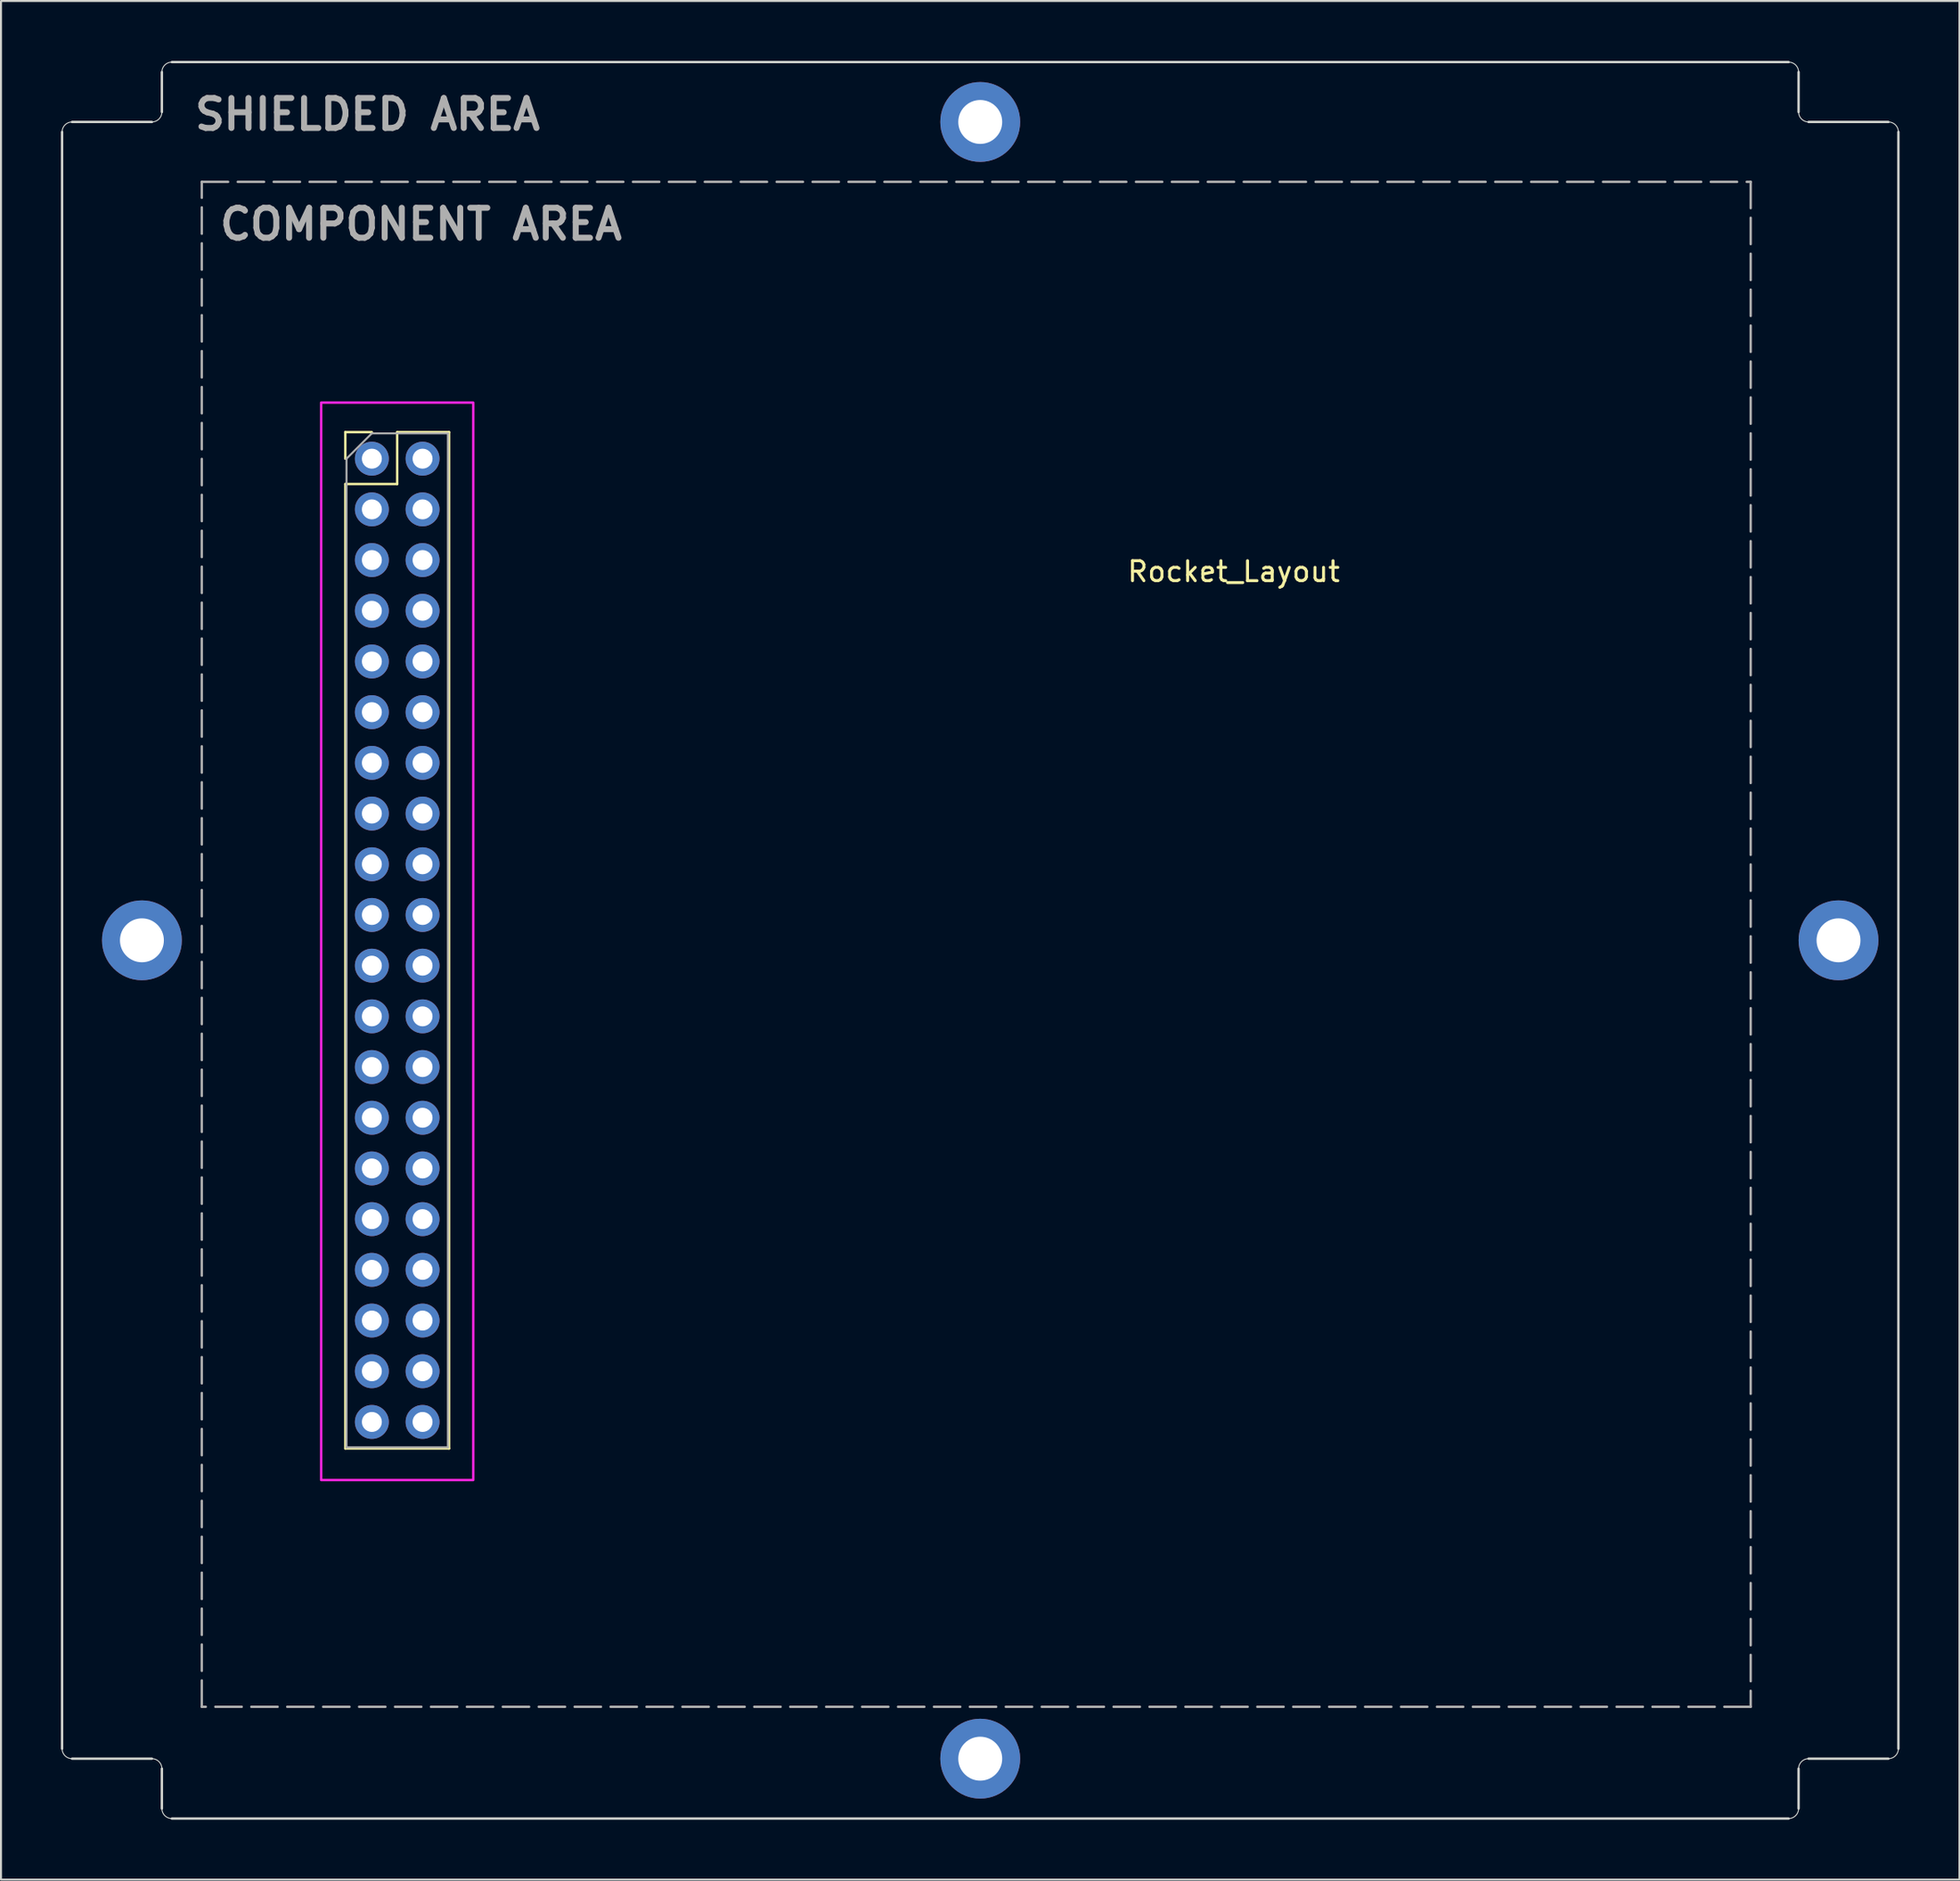
<source format=kicad_pcb>
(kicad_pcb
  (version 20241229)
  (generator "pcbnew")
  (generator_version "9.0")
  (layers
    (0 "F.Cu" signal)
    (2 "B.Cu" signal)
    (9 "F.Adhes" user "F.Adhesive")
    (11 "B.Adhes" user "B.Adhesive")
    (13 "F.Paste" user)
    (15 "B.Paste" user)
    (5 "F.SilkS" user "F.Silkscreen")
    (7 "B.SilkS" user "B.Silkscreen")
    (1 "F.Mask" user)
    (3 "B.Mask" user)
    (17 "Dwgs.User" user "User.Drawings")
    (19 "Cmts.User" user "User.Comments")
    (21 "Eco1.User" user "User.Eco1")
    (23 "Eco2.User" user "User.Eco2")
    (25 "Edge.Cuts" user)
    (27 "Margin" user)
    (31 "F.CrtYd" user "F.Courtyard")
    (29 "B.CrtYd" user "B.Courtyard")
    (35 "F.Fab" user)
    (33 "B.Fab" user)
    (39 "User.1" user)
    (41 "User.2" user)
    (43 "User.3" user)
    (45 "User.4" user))
  (footprint "Rocket_Layout"
    (layer "F.Cu")
    (at 46.06 44.06)
    (property "Reference" "Rocket_Layout" (at 12.7 -18.473 0) (unlocked yes) (layer "F.SilkS") (effects (font (size 1 1) (thickness 0.15))))
    (attr exclude_from_bom)
    (fp_rect (start -46 39.5) (end -45 -39.5) (stroke (width 0) (type solid)) (fill yes) (layer "F.Mask"))
    (fp_rect (start -39.5 43) (end 39.5 44) (stroke (width 0) (type solid)) (fill yes) (layer "F.Mask"))
    (fp_rect (start -39.5 -44) (end 39.5 -43) (stroke (width 0) (type solid)) (fill yes) (layer "F.Mask"))
    (fp_rect (start 45 39.5) (end 46 -39.5) (stroke (width 0) (type solid)) (fill yes) (layer "F.Mask"))
    (fp_poly (pts (arc (start -4.000004 43.000002) (mid -2.58579 42.414216) (end -2.000004 41.000002)) (arc (start 1.999996 41.000002) (mid 2.585782 42.414216) (end 3.999996 43.000002)) (xy 4 44) (xy -4 44)) (stroke (width 0) (type solid)) (fill yes) (layer "F.Mask"))
    (fp_poly (pts (arc (start 4.016104 -43) (mid 2.60189 -42.414214) (end 2.016104 -41)) (arc (start -1.983896 -41) (mid -2.569682 -42.414214) (end -3.983896 -43)) (xy -3.984 -44) (xy 4.016 -44)) (stroke (width 0) (type solid)) (fill yes) (layer "F.Mask"))
    (fp_poly (pts (arc (start 45 4.000001) (mid 44.414214 2.585787) (end 43 2.000001)) (arc (start 43 -1.999999) (mid 44.414214 -2.585785) (end 45 -3.999999)) (xy 46 -4) (xy 46 4)) (stroke (width 0) (type solid)) (fill yes) (layer "F.Mask"))
    (fp_poly (pts (xy -39.5 44) (arc (start -39.500001 43.000002) (mid -39.853555 42.853555) (end -40.000002 42.500002)) (arc (start -40.000002 41.500003) (mid -40.439342 40.439342) (end -41.500003 40.000002)) (arc (start -44.500002 40.000002) (mid -44.853556 39.853556) (end -45.000003 39.500002)) (xy -46 39.5) (arc (start -46.000004 40.500004) (mid -45.853557 40.853557) (end -45.500004 41.000004)) (arc (start -41.500002 41.000002) (mid -41.146449 41.146449) (end -41.000002 41.500002)) (arc (start -41.000004 43.500004) (mid -40.853557 43.853557) (end -40.500004 44.000004)) (xy -39.5 44)) (stroke (width 0) (type solid)) (fill yes) (layer "F.Mask"))
    (fp_poly (pts (xy -39.5 -44) (arc (start -39.5 -43) (mid -39.853554 -42.853553) (end -40.000001 -42.5)) (arc (start -40.000001 -41.500001) (mid -40.439341 -40.43934) (end -41.500002 -40)) (arc (start -44.500001 -40) (mid -44.853555 -39.853554) (end -45.000002 -39.5)) (xy -46 -39.5) (arc (start -46.000003 -40.500002) (mid -45.853556 -40.853555) (end -45.500003 -41.000002)) (arc (start -41.500001 -41) (mid -41.146448 -41.146447) (end -41.000001 -41.5)) (arc (start -41.000003 -43.500002) (mid -40.853556 -43.853555) (end -40.500003 -44.000002)) (xy -39.5 -44)) (stroke (width 0) (type solid)) (fill yes) (layer "F.Mask"))
    (fp_poly (pts (xy 39.5 -44) (arc (start 39.499997 -42.999998) (mid 39.853551 -42.853551) (end 39.999998 -42.499998)) (arc (start 39.999998 -41.499999) (mid 40.439338 -40.439338) (end 41.499999 -39.999998)) (arc (start 44.499998 -39.999998) (mid 44.853552 -39.853552) (end 44.999999 -39.499998)) (xy 46 -39.5) (arc (start 46 -40.5) (mid 45.853553 -40.853553) (end 45.5 -41)) (arc (start 41.499998 -40.999998) (mid 41.146445 -41.146445) (end 40.999998 -41.499998)) (arc (start 41 -43.5) (mid 40.853553 -43.853553) (end 40.5 -44)) (xy 39.5 -44)) (stroke (width 0) (type solid)) (fill yes) (layer "F.Mask"))
    (fp_poly (pts (xy 39.5 44) (arc (start 39.499998 43) (mid 39.853552 42.853553) (end 39.999999 42.5)) (arc (start 39.999999 41.500001) (mid 40.439339 40.43934) (end 41.5 40)) (arc (start 44.499999 40) (mid 44.853553 39.853554) (end 45 39.5)) (xy 46 39.5) (arc (start 46.000001 40.500002) (mid 45.853554 40.853555) (end 45.500001 41.000002)) (arc (start 41.499999 41) (mid 41.146446 41.146447) (end 40.999999 41.5)) (arc (start 41.000001 43.500002) (mid 40.853554 43.853555) (end 40.500001 44.000002)) (xy 39.5 44)) (stroke (width 0) (type solid)) (fill yes) (layer "F.Mask"))
    (fp_rect (start -46 -39.5) (end -45 39.5) (stroke (width 0) (type solid)) (fill yes) (layer "B.Mask"))
    (fp_rect (start -39.5 -43) (end 39.5 -44) (stroke (width 0) (type solid)) (fill yes) (layer "B.Mask"))
    (fp_rect (start -39.5 44) (end 39.5 43) (stroke (width 0) (type solid)) (fill yes) (layer "B.Mask"))
    (fp_rect (start 45 -39.5) (end 46 39.5) (stroke (width 0) (type solid)) (fill yes) (layer "B.Mask"))
    (fp_poly (pts (arc (start -4.000005 -43) (mid -2.585791 -42.414214) (end -2.000005 -41)) (arc (start 1.999995 -41) (mid 2.585781 -42.414214) (end 3.999995 -43)) (xy 4 -44) (xy -4 -44)) (stroke (width 0) (type solid)) (fill yes) (layer "B.Mask"))
    (fp_poly (pts (arc (start 4.000004 43.000002) (mid 2.58579 42.414216) (end 2.000004 41.000002)) (arc (start -1.999996 41.000002) (mid -2.585782 42.414216) (end -3.999996 43.000002)) (xy -4 44) (xy 4 44)) (stroke (width 0) (type solid)) (fill yes) (layer "B.Mask"))
    (fp_poly (pts (arc (start 44.999999 -3.999999) (mid 44.414213 -2.585785) (end 42.999999 -1.999999)) (arc (start 42.999999 2.000001) (mid 44.414213 2.585787) (end 44.999999 4.000001)) (xy 46 4) (xy 46 -4)) (stroke (width 0) (type solid)) (fill yes) (layer "B.Mask"))
    (fp_poly (pts (xy -39.5 -44) (arc (start -39.500002 -43) (mid -39.853556 -42.853553) (end -40.000003 -42.5)) (arc (start -40.000003 -41.500001) (mid -40.439343 -40.43934) (end -41.500004 -40)) (arc (start -44.500003 -40) (mid -44.853557 -39.853554) (end -45.000004 -39.5)) (xy -46 -39.5) (arc (start -46.000005 -40.500002) (mid -45.853558 -40.853555) (end -45.500005 -41.000002)) (arc (start -41.500003 -41) (mid -41.14645 -41.146447) (end -41.000003 -41.5)) (arc (start -41.000005 -43.500002) (mid -40.853558 -43.853555) (end -40.500005 -44.000002)) (xy -39.5 -44)) (stroke (width 0) (type solid)) (fill yes) (layer "B.Mask"))
    (fp_poly (pts (xy -39.5 44) (arc (start -39.500001 43.000002) (mid -39.853555 42.853555) (end -40.000002 42.500002)) (arc (start -40.000002 41.500003) (mid -40.439342 40.439342) (end -41.500003 40.000002)) (arc (start -44.500002 40.000002) (mid -44.853556 39.853556) (end -45.000003 39.500002)) (xy -46 39.5) (arc (start -46.000004 40.500004) (mid -45.853557 40.853557) (end -45.500004 41.000004)) (arc (start -41.500002 41.000002) (mid -41.146449 41.146449) (end -41.000002 41.500002)) (arc (start -41.000004 43.500004) (mid -40.853557 43.853557) (end -40.500004 44.000004)) (xy -39.5 44)) (stroke (width 0) (type solid)) (fill yes) (layer "B.Mask"))
    (fp_poly (pts (xy 39.5 44) (arc (start 39.499996 43) (mid 39.85355 42.853553) (end 39.999997 42.5)) (arc (start 39.999997 41.500001) (mid 40.439337 40.43934) (end 41.499998 40)) (arc (start 44.499997 40) (mid 44.853551 39.853554) (end 44.999998 39.5)) (xy 46 39.5) (arc (start 45.999999 40.500002) (mid 45.853552 40.853555) (end 45.499999 41.000002)) (arc (start 41.499997 41) (mid 41.146444 41.146447) (end 40.999997 41.5)) (arc (start 40.999999 43.500002) (mid 40.853552 43.853555) (end 40.499999 44.000002)) (xy 39.5 44)) (stroke (width 0) (type solid)) (fill yes) (layer "B.Mask"))
    (fp_poly (pts (xy 39.5 -44) (arc (start 39.499997 -42.999998) (mid 39.853551 -42.853551) (end 39.999998 -42.499998)) (arc (start 39.999998 -41.499999) (mid 40.439338 -40.439338) (end 41.499999 -39.999998)) (arc (start 44.499998 -39.999998) (mid 44.853552 -39.853552) (end 44.999999 -39.499998)) (xy 46 -39.5) (arc (start 46 -40.5) (mid 45.853553 -40.853553) (end 45.5 -41)) (arc (start 41.499998 -40.999998) (mid 41.146445 -41.146445) (end 40.999998 -41.499998)) (arc (start 41 -43.5) (mid 40.853553 -43.853553) (end 40.5 -44)) (xy 39.5 -44)) (stroke (width 0) (type solid)) (fill yes) (layer "B.Mask"))
    (fp_line (start -31.81 -25.46) (end -30.48 -25.46) (stroke (width 0.12) (type solid)) (layer "F.SilkS"))
    (fp_line (start -31.81 -24.13) (end -31.81 -25.46) (stroke (width 0.12) (type solid)) (layer "F.SilkS"))
    (fp_line (start -31.81 -22.86) (end -31.81 25.46) (stroke (width 0.12) (type solid)) (layer "F.SilkS"))
    (fp_line (start -31.81 -22.86) (end -29.21 -22.86) (stroke (width 0.12) (type solid)) (layer "F.SilkS"))
    (fp_line (start -31.81 25.46) (end -26.61 25.46) (stroke (width 0.12) (type solid)) (layer "F.SilkS"))
    (fp_line (start -29.21 -25.46) (end -26.61 -25.46) (stroke (width 0.12) (type solid)) (layer "F.SilkS"))
    (fp_line (start -29.21 -22.86) (end -29.21 -25.46) (stroke (width 0.12) (type solid)) (layer "F.SilkS"))
    (fp_line (start -26.61 -25.46) (end -26.61 25.46) (stroke (width 0.12) (type solid)) (layer "F.SilkS"))
    (fp_line (start -46 -40.5) (end -46 40.5) (stroke (width 0.12) (type solid)) (layer "Edge.Cuts"))
    (fp_line (start -45.5 41) (end -41.5 41) (stroke (width 0.12) (type solid)) (layer "Edge.Cuts"))
    (fp_line (start -41.5 -41) (end -45.5 -41) (stroke (width 0.12) (type solid)) (layer "Edge.Cuts"))
    (fp_line (start -41 -43.5) (end -41 -41.5) (stroke (width 0.12) (type solid)) (layer "Edge.Cuts"))
    (fp_line (start -41 41.5) (end -41 43.5) (stroke (width 0.12) (type solid)) (layer "Edge.Cuts"))
    (fp_line (start -40.5 44) (end 40.5 44) (stroke (width 0.12) (type solid)) (layer "Edge.Cuts"))
    (fp_line (start 40.5 -44) (end -40.5 -44) (stroke (width 0.12) (type solid)) (layer "Edge.Cuts"))
    (fp_line (start 41 -41.5) (end 41 -43.5) (stroke (width 0.12) (type solid)) (layer "Edge.Cuts"))
    (fp_line (start 41 43.5) (end 41 41.5) (stroke (width 0.12) (type solid)) (layer "Edge.Cuts"))
    (fp_line (start 41.5 41) (end 45.5 41) (stroke (width 0.12) (type solid)) (layer "Edge.Cuts"))
    (fp_line (start 45.5 -41) (end 41.5 -41) (stroke (width 0.12) (type solid)) (layer "Edge.Cuts"))
    (fp_line (start 46 40.5) (end 46 -40.5) (stroke (width 0.12) (type solid)) (layer "Edge.Cuts"))
    (fp_arc (start -46.000001 -40.500001) (mid -45.853554 -40.853554) (end -45.500001 -41.000001) (stroke (width 0.05) (type default)) (layer "Edge.Cuts"))
    (fp_arc (start -45.500001 41.000001) (mid -45.853554 40.853554) (end -46.000001 40.500001) (stroke (width 0.05) (type default)) (layer "Edge.Cuts"))
    (fp_arc (start -41.499999 40.999999) (mid -41.146446 41.146446) (end -40.999999 41.499999) (stroke (width 0.05) (type default)) (layer "Edge.Cuts"))
    (fp_arc (start -41.000001 -43.500001) (mid -40.853554 -43.853554) (end -40.500001 -44.000001) (stroke (width 0.05) (type default)) (layer "Edge.Cuts"))
    (fp_arc (start -40.999999 -41.499999) (mid -41.146446 -41.146446) (end -41.499999 -40.999999) (stroke (width 0.05) (type default)) (layer "Edge.Cuts"))
    (fp_arc (start -40.500001 44.000001) (mid -40.853554 43.853554) (end -41.000001 43.500001) (stroke (width 0.05) (type default)) (layer "Edge.Cuts"))
    (fp_arc (start 40.5 -44) (mid 40.853553 -43.853553) (end 41 -43.5) (stroke (width 0.05) (type default)) (layer "Edge.Cuts"))
    (fp_arc (start 40.999999 41.499999) (mid 41.146446 41.146446) (end 41.499999 40.999999) (stroke (width 0.05) (type default)) (layer "Edge.Cuts"))
    (fp_arc (start 41.000001 43.500001) (mid 40.853554 43.853554) (end 40.500001 44.000001) (stroke (width 0.05) (type default)) (layer "Edge.Cuts"))
    (fp_arc (start 41.5 -41) (mid 41.146447 -41.146447) (end 41 -41.5) (stroke (width 0.05) (type default)) (layer "Edge.Cuts"))
    (fp_arc (start 45.5 -41) (mid 45.853553 -40.853553) (end 46 -40.5) (stroke (width 0.05) (type default)) (layer "Edge.Cuts"))
    (fp_arc (start 46.000001 40.500001) (mid 45.853554 40.853554) (end 45.500001 41.000001) (stroke (width 0.05) (type default)) (layer "Edge.Cuts"))
    (fp_rect (start -33.02 -26.94) (end -25.4 27.04) (stroke (width 0.12) (type solid)) (fill no) (layer "F.CrtYd"))
    (fp_line (start -31.75 -24.13) (end -30.48 -25.4) (stroke (width 0.1) (type solid)) (layer "F.Fab"))
    (fp_line (start -31.75 25.4) (end -31.75 -24.13) (stroke (width 0.1) (type solid)) (layer "F.Fab"))
    (fp_line (start -30.48 -25.4) (end -26.67 -25.4) (stroke (width 0.1) (type solid)) (layer "F.Fab"))
    (fp_line (start -26.67 -25.4) (end -26.67 25.4) (stroke (width 0.1) (type solid)) (layer "F.Fab"))
    (fp_line (start -26.67 25.4) (end -31.75 25.4) (stroke (width 0.1) (type solid)) (layer "F.Fab"))
    (fp_rect (start 38.6 38.4) (end -39 -38) (stroke (width 0.12) (type dash)) (fill no) (layer "F.Fab"))
    (fp_text user "SHIELDED AREA" (at -39.5 -40.5 0) (unlocked yes) (layer "F.Fab") (effects (font (size 1.5 1.5) (thickness 0.3) (bold yes)) (justify left bottom)))
    (fp_text user "COMPONENT AREA" (at -38.25 -35 0) (unlocked yes) (layer "F.Fab") (effects (font (size 1.5 1.5) (thickness 0.3) (bold yes)) (justify left bottom)))
    (pad "1" thru_hole circle (at -30.48 -24.13) (size 1.7 1.7) (drill 1) (layers "*.Cu" "*.Mask"))
    (pad "2" thru_hole circle (at -27.94 -24.13) (size 1.7 1.7) (drill 1) (layers "*.Cu" "*.Mask"))
    (pad "3" thru_hole circle (at -30.48 -21.59) (size 1.7 1.7) (drill 1) (layers "*.Cu" "*.Mask"))
    (pad "4" thru_hole circle (at -27.94 -21.59) (size 1.7 1.7) (drill 1) (layers "*.Cu" "*.Mask"))
    (pad "5" thru_hole circle (at -30.48 -19.05) (size 1.7 1.7) (drill 1) (layers "*.Cu" "*.Mask"))
    (pad "6" thru_hole circle (at -27.94 -19.05) (size 1.7 1.7) (drill 1) (layers "*.Cu" "*.Mask"))
    (pad "7" thru_hole circle (at -30.48 -16.51) (size 1.7 1.7) (drill 1) (layers "*.Cu" "*.Mask"))
    (pad "8" thru_hole circle (at -27.94 -16.51) (size 1.7 1.7) (drill 1) (layers "*.Cu" "*.Mask"))
    (pad "9" thru_hole circle (at -30.48 -13.97) (size 1.7 1.7) (drill 1) (layers "*.Cu" "*.Mask"))
    (pad "10" thru_hole circle (at -27.94 -13.97) (size 1.7 1.7) (drill 1) (layers "*.Cu" "*.Mask"))
    (pad "11" thru_hole circle (at -30.48 -11.43) (size 1.7 1.7) (drill 1) (layers "*.Cu" "*.Mask"))
    (pad "12" thru_hole circle (at -27.94 -11.43) (size 1.7 1.7) (drill 1) (layers "*.Cu" "*.Mask"))
    (pad "13" thru_hole circle (at -30.48 -8.89) (size 1.7 1.7) (drill 1) (layers "*.Cu" "*.Mask"))
    (pad "14" thru_hole circle (at -27.94 -8.89) (size 1.7 1.7) (drill 1) (layers "*.Cu" "*.Mask"))
    (pad "15" thru_hole circle (at -30.48 -6.35) (size 1.7 1.7) (drill 1) (layers "*.Cu" "*.Mask"))
    (pad "16" thru_hole circle (at -27.94 -6.35) (size 1.7 1.7) (drill 1) (layers "*.Cu" "*.Mask"))
    (pad "17" thru_hole circle (at -30.48 -3.81) (size 1.7 1.7) (drill 1) (layers "*.Cu" "*.Mask"))
    (pad "18" thru_hole circle (at -27.94 -3.81) (size 1.7 1.7) (drill 1) (layers "*.Cu" "*.Mask"))
    (pad "19" thru_hole circle (at -30.48 -1.27) (size 1.7 1.7) (drill 1) (layers "*.Cu" "*.Mask"))
    (pad "20" thru_hole circle (at -27.94 -1.27) (size 1.7 1.7) (drill 1) (layers "*.Cu" "*.Mask"))
    (pad "21" thru_hole circle (at -30.48 1.27) (size 1.7 1.7) (drill 1) (layers "*.Cu" "*.Mask"))
    (pad "22" thru_hole circle (at -27.94 1.27) (size 1.7 1.7) (drill 1) (layers "*.Cu" "*.Mask"))
    (pad "23" thru_hole circle (at -30.48 3.81) (size 1.7 1.7) (drill 1) (layers "*.Cu" "*.Mask"))
    (pad "24" thru_hole circle (at -27.94 3.81) (size 1.7 1.7) (drill 1) (layers "*.Cu" "*.Mask"))
    (pad "25" thru_hole circle (at -30.48 6.35) (size 1.7 1.7) (drill 1) (layers "*.Cu" "*.Mask"))
    (pad "26" thru_hole circle (at -27.94 6.35) (size 1.7 1.7) (drill 1) (layers "*.Cu" "*.Mask"))
    (pad "27" thru_hole circle (at -30.48 8.89) (size 1.7 1.7) (drill 1) (layers "*.Cu" "*.Mask"))
    (pad "28" thru_hole circle (at -27.94 8.89) (size 1.7 1.7) (drill 1) (layers "*.Cu" "*.Mask"))
    (pad "29" thru_hole circle (at -30.48 11.43) (size 1.7 1.7) (drill 1) (layers "*.Cu" "*.Mask"))
    (pad "30" thru_hole circle (at -27.94 11.43) (size 1.7 1.7) (drill 1) (layers "*.Cu" "*.Mask"))
    (pad "31" thru_hole circle (at -30.48 13.97) (size 1.7 1.7) (drill 1) (layers "*.Cu" "*.Mask"))
    (pad "32" thru_hole circle (at -27.94 13.97) (size 1.7 1.7) (drill 1) (layers "*.Cu" "*.Mask"))
    (pad "33" thru_hole circle (at -30.48 16.51) (size 1.7 1.7) (drill 1) (layers "*.Cu" "*.Mask"))
    (pad "34" thru_hole circle (at -27.94 16.51) (size 1.7 1.7) (drill 1) (layers "*.Cu" "*.Mask"))
    (pad "35" thru_hole circle (at -30.48 19.05) (size 1.7 1.7) (drill 1) (layers "*.Cu" "*.Mask"))
    (pad "36" thru_hole circle (at -27.94 19.05) (size 1.7 1.7) (drill 1) (layers "*.Cu" "*.Mask"))
    (pad "37" thru_hole circle (at -30.48 21.59) (size 1.7 1.7) (drill 1) (layers "*.Cu" "*.Mask"))
    (pad "38" thru_hole circle (at -27.94 21.59) (size 1.7 1.7) (drill 1) (layers "*.Cu" "*.Mask"))
    (pad "39" thru_hole circle (at -30.48 24.13) (size 1.7 1.7) (drill 1) (layers "*.Cu" "*.Mask"))
    (pad "40" thru_hole circle (at -27.94 24.13) (size 1.7 1.7) (drill 1) (layers "*.Cu" "*.Mask"))
    (pad "M1" thru_hole circle (at -42 0) (size 4 4) (drill 2.2) (layers "*.Cu" "*.Mask") (remove_unused_layers yes) (keep_end_layers yes) (zone_layer_connections))
    (pad "M2" thru_hole circle (at 0 -41) (size 4 4) (drill 2.2) (layers "*.Cu" "*.Mask") (remove_unused_layers yes) (keep_end_layers yes) (zone_layer_connections))
    (pad "M3" thru_hole circle (at 0 41) (size 4 4) (drill 2.2) (layers "*.Cu" "*.Mask") (remove_unused_layers yes) (keep_end_layers yes) (zone_layer_connections))
    (pad "M4" thru_hole circle (at 43 0) (size 4 4) (drill 2.2) (layers "*.Cu" "*.Mask") (remove_unused_layers yes) (keep_end_layers yes) (zone_layer_connections)))
  (gr_rect
    (start -3 -3)
    (end 95.12 91.12)
    (stroke (width 0.1) (type default))
    (fill no)
    (layer "Edge.Cuts")))
</source>
